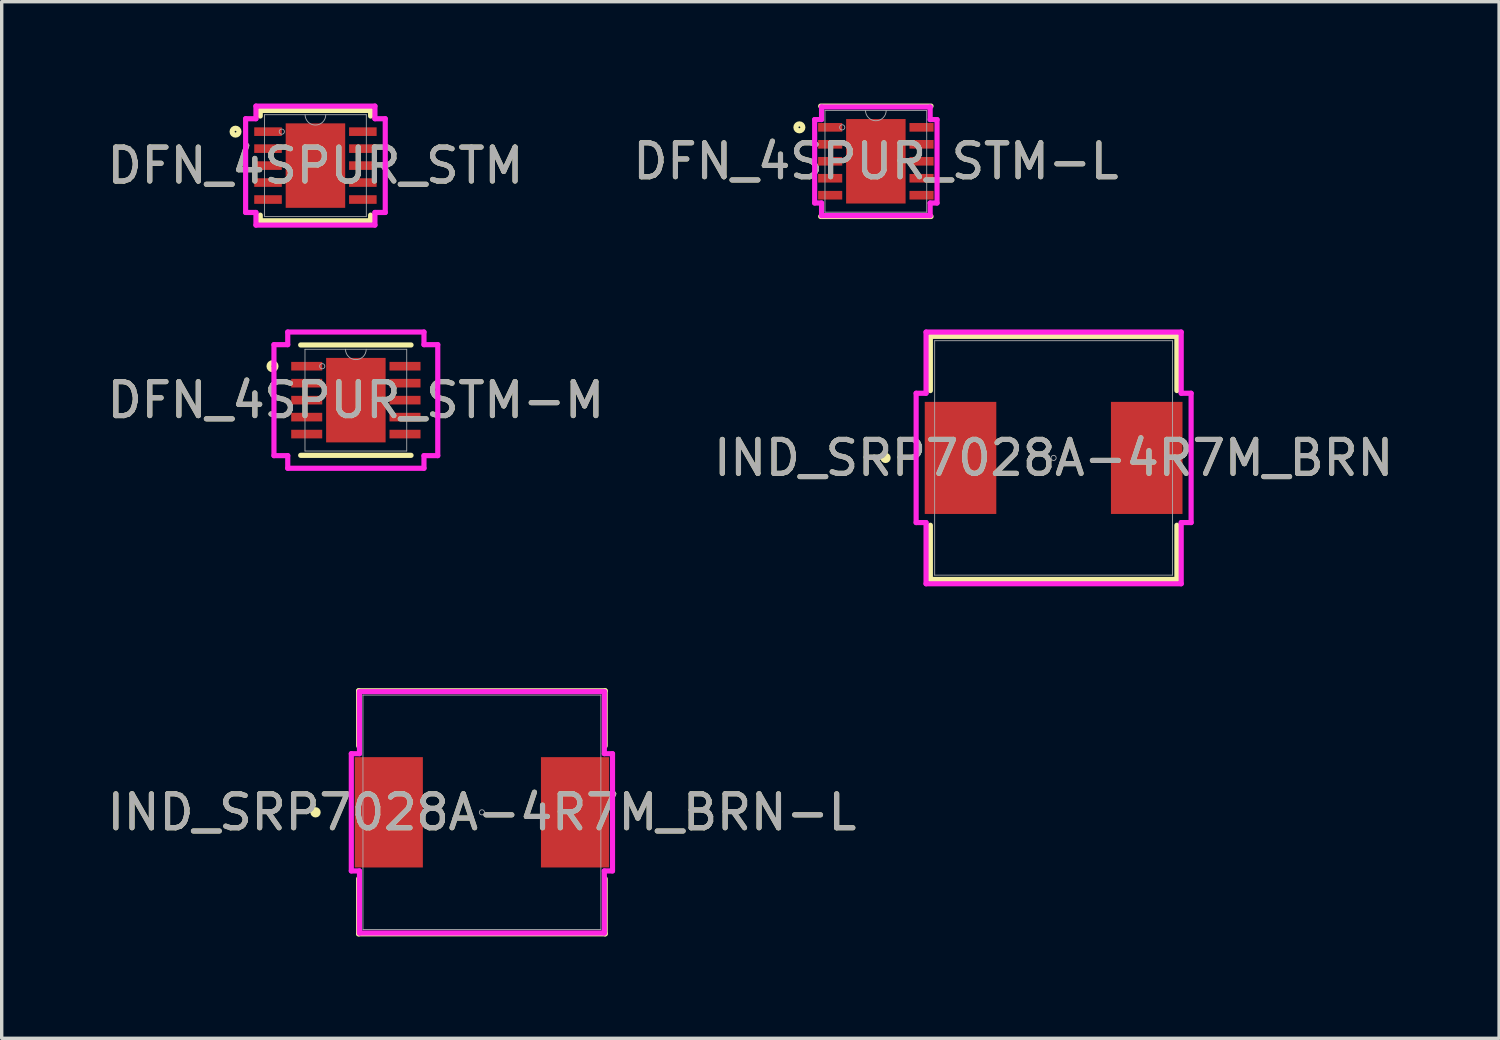
<source format=kicad_pcb>
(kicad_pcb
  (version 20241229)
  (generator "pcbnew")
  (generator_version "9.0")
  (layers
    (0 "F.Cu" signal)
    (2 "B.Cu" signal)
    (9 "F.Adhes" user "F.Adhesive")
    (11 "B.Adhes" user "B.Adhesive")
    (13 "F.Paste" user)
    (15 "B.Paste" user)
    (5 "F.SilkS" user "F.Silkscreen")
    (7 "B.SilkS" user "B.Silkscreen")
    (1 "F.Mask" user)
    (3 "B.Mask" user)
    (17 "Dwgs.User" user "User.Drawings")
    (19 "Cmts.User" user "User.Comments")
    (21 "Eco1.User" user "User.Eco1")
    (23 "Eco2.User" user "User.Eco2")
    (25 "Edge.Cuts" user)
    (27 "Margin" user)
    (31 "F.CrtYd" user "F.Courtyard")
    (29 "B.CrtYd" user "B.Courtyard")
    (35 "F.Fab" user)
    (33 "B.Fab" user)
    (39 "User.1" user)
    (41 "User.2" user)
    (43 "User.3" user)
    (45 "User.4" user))
  (footprint "IND_SRP7028A-4R7M_BRN"
    (layer "F.Cu")
    (at 27.994 10.442)
    (property "Reference" "IND_SRP7028A-4R7M_BRN" (at 0 0 0) (unlocked yes) (layer "F.SilkS") (effects (font (size 1 1) (thickness 0.15))))
    (attr smd)
    (fp_line (start -3.632 -3.581) (end -3.632 -1.984) (stroke (width 0.152) (type solid)) (layer "F.SilkS"))
    (fp_line (start -3.632 1.984) (end -3.632 3.581) (stroke (width 0.152) (type solid)) (layer "F.SilkS"))
    (fp_line (start -3.632 3.581) (end 3.632 3.581) (stroke (width 0.152) (type solid)) (layer "F.SilkS"))
    (fp_line (start 3.632 -3.581) (end -3.632 -3.581) (stroke (width 0.152) (type solid)) (layer "F.SilkS"))
    (fp_line (start 3.632 -1.984) (end 3.632 -3.581) (stroke (width 0.152) (type solid)) (layer "F.SilkS"))
    (fp_line (start 3.632 3.581) (end 3.632 1.984) (stroke (width 0.152) (type solid)) (layer "F.SilkS"))
    (fp_circle (center -4.953 0) (end -4.877 0) (stroke (width 0.152) (type solid)) (fill no) (layer "F.SilkS"))
    (fp_line (start -4.051 -1.905) (end -3.759 -1.905) (stroke (width 0.152) (type solid)) (layer "F.CrtYd"))
    (fp_line (start -4.051 1.905) (end -4.051 -1.905) (stroke (width 0.152) (type solid)) (layer "F.CrtYd"))
    (fp_line (start -4.051 1.905) (end -3.759 1.905) (stroke (width 0.152) (type solid)) (layer "F.CrtYd"))
    (fp_line (start -3.759 -3.708) (end 3.759 -3.708) (stroke (width 0.152) (type solid)) (layer "F.CrtYd"))
    (fp_line (start -3.759 -1.905) (end -3.759 -3.708) (stroke (width 0.152) (type solid)) (layer "F.CrtYd"))
    (fp_line (start -3.759 3.708) (end -3.759 1.905) (stroke (width 0.152) (type solid)) (layer "F.CrtYd"))
    (fp_line (start 3.759 -3.708) (end 3.759 -1.905) (stroke (width 0.152) (type solid)) (layer "F.CrtYd"))
    (fp_line (start 3.759 1.905) (end 3.759 3.708) (stroke (width 0.152) (type solid)) (layer "F.CrtYd"))
    (fp_line (start 3.759 3.708) (end -3.759 3.708) (stroke (width 0.152) (type solid)) (layer "F.CrtYd"))
    (fp_line (start 4.051 -1.905) (end 3.759 -1.905) (stroke (width 0.152) (type solid)) (layer "F.CrtYd"))
    (fp_line (start 4.051 -1.905) (end 4.051 1.905) (stroke (width 0.152) (type solid)) (layer "F.CrtYd"))
    (fp_line (start 4.051 1.905) (end 3.759 1.905) (stroke (width 0.152) (type solid)) (layer "F.CrtYd"))
    (fp_line (start -3.505 -3.454) (end -3.505 3.454) (stroke (width 0.025) (type solid)) (layer "F.Fab"))
    (fp_line (start -3.505 3.454) (end 3.505 3.454) (stroke (width 0.025) (type solid)) (layer "F.Fab"))
    (fp_line (start 3.505 -3.454) (end -3.505 -3.454) (stroke (width 0.025) (type solid)) (layer "F.Fab"))
    (fp_line (start 3.505 3.454) (end 3.505 -3.454) (stroke (width 0.025) (type solid)) (layer "F.Fab"))
    (fp_circle (center 0 0) (end 0.076 0) (stroke (width 0.025) (type solid)) (fill no) (layer "F.Fab"))
    (fp_text user "${REFERENCE}" (at 0 0 0) (unlocked yes) (layer "F.Fab") (effects (font (size 1 1) (thickness 0.15))))
    (pad "1" smd rect (at -2.743 0) (size 2.108 3.302) (layers "F.Cu" "F.Mask" "F.Paste"))
    (pad "2" smd rect (at 2.743 0) (size 2.108 3.302) (layers "F.Cu" "F.Mask" "F.Paste")))
  (footprint "DFN_4SPUR_STM"
    (layer "F.Cu")
    (at 6.244 1.829)
    (property "Reference" "DFN_4SPUR_STM" (at 0 0 0) (unlocked yes) (layer "F.SilkS") (effects (font (size 1 1) (thickness 0.15))))
    (attr smd)
    (fp_line (start -1.626 -1.626) (end -1.626 -1.46) (stroke (width 0.152) (type solid)) (layer "F.SilkS"))
    (fp_line (start -1.626 1.46) (end -1.626 1.626) (stroke (width 0.152) (type solid)) (layer "F.SilkS"))
    (fp_line (start -1.626 1.626) (end 1.626 1.626) (stroke (width 0.152) (type solid)) (layer "F.SilkS"))
    (fp_line (start 1.626 -1.626) (end -1.626 -1.626) (stroke (width 0.152) (type solid)) (layer "F.SilkS"))
    (fp_line (start 1.626 -1.46) (end 1.626 -1.626) (stroke (width 0.152) (type solid)) (layer "F.SilkS"))
    (fp_line (start 1.626 1.626) (end 1.626 1.46) (stroke (width 0.152) (type solid)) (layer "F.SilkS"))
    (fp_circle (center -2.354 -1) (end -2.253 -1) (stroke (width 0.152) (type solid)) (fill no) (layer "F.SilkS"))
    (fp_line (start -2.057 -1.381) (end -1.753 -1.381) (stroke (width 0.152) (type solid)) (layer "F.CrtYd"))
    (fp_line (start -2.057 1.381) (end -2.057 -1.381) (stroke (width 0.152) (type solid)) (layer "F.CrtYd"))
    (fp_line (start -2.057 1.381) (end -1.753 1.381) (stroke (width 0.152) (type solid)) (layer "F.CrtYd"))
    (fp_line (start -1.753 -1.753) (end 1.753 -1.753) (stroke (width 0.152) (type solid)) (layer "F.CrtYd"))
    (fp_line (start -1.753 -1.381) (end -1.753 -1.753) (stroke (width 0.152) (type solid)) (layer "F.CrtYd"))
    (fp_line (start -1.753 1.753) (end -1.753 1.381) (stroke (width 0.152) (type solid)) (layer "F.CrtYd"))
    (fp_line (start 1.753 -1.753) (end 1.753 -1.381) (stroke (width 0.152) (type solid)) (layer "F.CrtYd"))
    (fp_line (start 1.753 1.381) (end 1.753 1.753) (stroke (width 0.152) (type solid)) (layer "F.CrtYd"))
    (fp_line (start 1.753 1.753) (end -1.753 1.753) (stroke (width 0.152) (type solid)) (layer "F.CrtYd"))
    (fp_line (start 2.057 -1.381) (end 1.753 -1.381) (stroke (width 0.152) (type solid)) (layer "F.CrtYd"))
    (fp_line (start 2.057 -1.381) (end 2.057 1.381) (stroke (width 0.152) (type solid)) (layer "F.CrtYd"))
    (fp_line (start 2.057 1.381) (end 1.753 1.381) (stroke (width 0.152) (type solid)) (layer "F.CrtYd"))
    (fp_line (start -1.499 -1.499) (end -1.499 1.499) (stroke (width 0.025) (type solid)) (layer "F.Fab"))
    (fp_line (start -1.499 1.499) (end 1.499 1.499) (stroke (width 0.025) (type solid)) (layer "F.Fab"))
    (fp_line (start 1.499 -1.499) (end -1.499 -1.499) (stroke (width 0.025) (type solid)) (layer "F.Fab"))
    (fp_line (start 1.499 1.499) (end 1.499 -1.499) (stroke (width 0.025) (type solid)) (layer "F.Fab"))
    (fp_arc (start 0.3048 -1.4986) (mid 0 -1.1938) (end -0.3048 -1.4986) (stroke (width 0.0254) (type solid)) (layer "F.Fab"))
    (fp_circle (center -0.991 -1) (end -0.914 -1) (stroke (width 0.025) (type solid)) (fill no) (layer "F.Fab"))
    (fp_text user "${REFERENCE}" (at 0 0 0) (unlocked yes) (layer "F.Fab") (effects (font (size 1 1) (thickness 0.15))))
    (pad "1" smd rect (at -1.397 -1) (size 0.813 0.254) (layers "F.Cu" "F.Mask" "F.Paste"))
    (pad "2" smd rect (at -1.397 -0.5) (size 0.813 0.254) (layers "F.Cu" "F.Mask" "F.Paste"))
    (pad "3" smd rect (at -1.397 0) (size 0.813 0.254) (layers "F.Cu" "F.Mask" "F.Paste"))
    (pad "4" smd rect (at -1.397 0.5) (size 0.813 0.254) (layers "F.Cu" "F.Mask" "F.Paste"))
    (pad "5" smd rect (at -1.397 1) (size 0.813 0.254) (layers "F.Cu" "F.Mask" "F.Paste"))
    (pad "6" smd rect (at 1.397 1) (size 0.813 0.254) (layers "F.Cu" "F.Mask" "F.Paste"))
    (pad "7" smd rect (at 1.397 0.5) (size 0.813 0.254) (layers "F.Cu" "F.Mask" "F.Paste"))
    (pad "8" smd rect (at 1.397 0) (size 0.813 0.254) (layers "F.Cu" "F.Mask" "F.Paste"))
    (pad "9" smd rect (at 1.397 -0.5) (size 0.813 0.254) (layers "F.Cu" "F.Mask" "F.Paste"))
    (pad "10" smd rect (at 1.397 -1) (size 0.813 0.254) (layers "F.Cu" "F.Mask" "F.Paste"))
    (pad "11" smd rect (at 0 0) (size 1.753 2.489) (layers "F.Cu" "F.Mask" "F.Paste")))
  (footprint "DFN_4SPUR_STM-M"
    (layer "F.Cu")
    (at 7.435 8.74)
    (property "Reference" "DFN_4SPUR_STM-M" (at 0 0 0) (unlocked yes) (layer "F.SilkS") (effects (font (size 1 1) (thickness 0.15))))
    (attr smd)
    (fp_line (start -1.626 1.626) (end 1.626 1.626) (stroke (width 0.152) (type solid)) (layer "F.SilkS"))
    (fp_line (start 1.626 -1.626) (end -1.626 -1.626) (stroke (width 0.152) (type solid)) (layer "F.SilkS"))
    (fp_circle (center -2.456 -1) (end -2.354 -1) (stroke (width 0.152) (type solid)) (fill no) (layer "F.SilkS"))
    (fp_line (start -2.413 -1.635) (end -2.007 -1.635) (stroke (width 0.152) (type solid)) (layer "F.CrtYd"))
    (fp_line (start -2.413 1.635) (end -2.413 -1.635) (stroke (width 0.152) (type solid)) (layer "F.CrtYd"))
    (fp_line (start -2.413 1.635) (end -2.007 1.635) (stroke (width 0.152) (type solid)) (layer "F.CrtYd"))
    (fp_line (start -2.007 -2.007) (end 2.007 -2.007) (stroke (width 0.152) (type solid)) (layer "F.CrtYd"))
    (fp_line (start -2.007 -1.635) (end -2.007 -2.007) (stroke (width 0.152) (type solid)) (layer "F.CrtYd"))
    (fp_line (start -2.007 2.007) (end -2.007 1.635) (stroke (width 0.152) (type solid)) (layer "F.CrtYd"))
    (fp_line (start 2.007 -2.007) (end 2.007 -1.635) (stroke (width 0.152) (type solid)) (layer "F.CrtYd"))
    (fp_line (start 2.007 1.635) (end 2.007 2.007) (stroke (width 0.152) (type solid)) (layer "F.CrtYd"))
    (fp_line (start 2.007 2.007) (end -2.007 2.007) (stroke (width 0.152) (type solid)) (layer "F.CrtYd"))
    (fp_line (start 2.413 -1.635) (end 2.007 -1.635) (stroke (width 0.152) (type solid)) (layer "F.CrtYd"))
    (fp_line (start 2.413 -1.635) (end 2.413 1.635) (stroke (width 0.152) (type solid)) (layer "F.CrtYd"))
    (fp_line (start 2.413 1.635) (end 2.007 1.635) (stroke (width 0.152) (type solid)) (layer "F.CrtYd"))
    (fp_line (start -1.499 -1.499) (end -1.499 1.499) (stroke (width 0.025) (type solid)) (layer "F.Fab"))
    (fp_line (start -1.499 1.499) (end 1.499 1.499) (stroke (width 0.025) (type solid)) (layer "F.Fab"))
    (fp_line (start 1.499 -1.499) (end -1.499 -1.499) (stroke (width 0.025) (type solid)) (layer "F.Fab"))
    (fp_line (start 1.499 1.499) (end 1.499 -1.499) (stroke (width 0.025) (type solid)) (layer "F.Fab"))
    (fp_arc (start 0.3048 -1.4986) (mid 0 -1.1938) (end -0.3048 -1.4986) (stroke (width 0.0254) (type solid)) (layer "F.Fab"))
    (fp_circle (center -0.991 -1) (end -0.914 -1) (stroke (width 0.025) (type solid)) (fill no) (layer "F.Fab"))
    (fp_text user "${REFERENCE}" (at 0 0 0) (unlocked yes) (layer "F.Fab") (effects (font (size 1 1) (thickness 0.15))))
    (pad "1" smd rect (at -1.448 -1) (size 0.914 0.254) (layers "F.Cu" "F.Mask" "F.Paste"))
    (pad "2" smd rect (at -1.448 -0.5) (size 0.914 0.254) (layers "F.Cu" "F.Mask" "F.Paste"))
    (pad "3" smd rect (at -1.448 0) (size 0.914 0.254) (layers "F.Cu" "F.Mask" "F.Paste"))
    (pad "4" smd rect (at -1.448 0.5) (size 0.914 0.254) (layers "F.Cu" "F.Mask" "F.Paste"))
    (pad "5" smd rect (at -1.448 1) (size 0.914 0.254) (layers "F.Cu" "F.Mask" "F.Paste"))
    (pad "6" smd rect (at 1.448 1) (size 0.914 0.254) (layers "F.Cu" "F.Mask" "F.Paste"))
    (pad "7" smd rect (at 1.448 0.5) (size 0.914 0.254) (layers "F.Cu" "F.Mask" "F.Paste"))
    (pad "8" smd rect (at 1.448 0) (size 0.914 0.254) (layers "F.Cu" "F.Mask" "F.Paste"))
    (pad "9" smd rect (at 1.448 -0.5) (size 0.914 0.254) (layers "F.Cu" "F.Mask" "F.Paste"))
    (pad "10" smd rect (at 1.448 -1) (size 0.914 0.254) (layers "F.Cu" "F.Mask" "F.Paste"))
    (pad "11" smd rect (at 0 0) (size 1.753 2.489) (layers "F.Cu" "F.Mask" "F.Paste")))
  (footprint "DFN_4SPUR_STM-L"
    (layer "F.Cu")
    (at 22.756 1.702)
    (property "Reference" "DFN_4SPUR_STM-L" (at 0 0 0) (unlocked yes) (layer "F.SilkS") (effects (font (size 1 1) (thickness 0.15))))
    (attr smd)
    (fp_line (start -1.626 1.626) (end 1.626 1.626) (stroke (width 0.152) (type solid)) (layer "F.SilkS"))
    (fp_line (start 1.626 -1.626) (end -1.626 -1.626) (stroke (width 0.152) (type solid)) (layer "F.SilkS"))
    (fp_circle (center -2.253 -1) (end -2.151 -1) (stroke (width 0.152) (type solid)) (fill no) (layer "F.SilkS"))
    (fp_line (start -1.803 -1.229) (end -1.6 -1.229) (stroke (width 0.152) (type solid)) (layer "F.CrtYd"))
    (fp_line (start -1.803 1.229) (end -1.803 -1.229) (stroke (width 0.152) (type solid)) (layer "F.CrtYd"))
    (fp_line (start -1.803 1.229) (end -1.6 1.229) (stroke (width 0.152) (type solid)) (layer "F.CrtYd"))
    (fp_line (start -1.6 -1.6) (end 1.6 -1.6) (stroke (width 0.152) (type solid)) (layer "F.CrtYd"))
    (fp_line (start -1.6 -1.229) (end -1.6 -1.6) (stroke (width 0.152) (type solid)) (layer "F.CrtYd"))
    (fp_line (start -1.6 1.6) (end -1.6 1.229) (stroke (width 0.152) (type solid)) (layer "F.CrtYd"))
    (fp_line (start 1.6 -1.6) (end 1.6 -1.229) (stroke (width 0.152) (type solid)) (layer "F.CrtYd"))
    (fp_line (start 1.6 1.229) (end 1.6 1.6) (stroke (width 0.152) (type solid)) (layer "F.CrtYd"))
    (fp_line (start 1.6 1.6) (end -1.6 1.6) (stroke (width 0.152) (type solid)) (layer "F.CrtYd"))
    (fp_line (start 1.803 -1.229) (end 1.6 -1.229) (stroke (width 0.152) (type solid)) (layer "F.CrtYd"))
    (fp_line (start 1.803 -1.229) (end 1.803 1.229) (stroke (width 0.152) (type solid)) (layer "F.CrtYd"))
    (fp_line (start 1.803 1.229) (end 1.6 1.229) (stroke (width 0.152) (type solid)) (layer "F.CrtYd"))
    (fp_line (start -1.499 -1.499) (end -1.499 1.499) (stroke (width 0.025) (type solid)) (layer "F.Fab"))
    (fp_line (start -1.499 1.499) (end 1.499 1.499) (stroke (width 0.025) (type solid)) (layer "F.Fab"))
    (fp_line (start 1.499 -1.499) (end -1.499 -1.499) (stroke (width 0.025) (type solid)) (layer "F.Fab"))
    (fp_line (start 1.499 1.499) (end 1.499 -1.499) (stroke (width 0.025) (type solid)) (layer "F.Fab"))
    (fp_arc (start 0.3048 -1.4986) (mid 0 -1.1938) (end -0.3048 -1.4986) (stroke (width 0.0254) (type solid)) (layer "F.Fab"))
    (fp_circle (center -0.991 -1) (end -0.914 -1) (stroke (width 0.025) (type solid)) (fill no) (layer "F.Fab"))
    (fp_text user "${REFERENCE}" (at 0 0 0) (unlocked yes) (layer "F.Fab") (effects (font (size 1 1) (thickness 0.15))))
    (pad "1" smd rect (at -1.346 -1) (size 0.711 0.254) (layers "F.Cu" "F.Mask" "F.Paste"))
    (pad "2" smd rect (at -1.346 -0.5) (size 0.711 0.254) (layers "F.Cu" "F.Mask" "F.Paste"))
    (pad "3" smd rect (at -1.346 0) (size 0.711 0.254) (layers "F.Cu" "F.Mask" "F.Paste"))
    (pad "4" smd rect (at -1.346 0.5) (size 0.711 0.254) (layers "F.Cu" "F.Mask" "F.Paste"))
    (pad "5" smd rect (at -1.346 1) (size 0.711 0.254) (layers "F.Cu" "F.Mask" "F.Paste"))
    (pad "6" smd rect (at 1.346 1) (size 0.711 0.254) (layers "F.Cu" "F.Mask" "F.Paste"))
    (pad "7" smd rect (at 1.346 0.5) (size 0.711 0.254) (layers "F.Cu" "F.Mask" "F.Paste"))
    (pad "8" smd rect (at 1.346 0) (size 0.711 0.254) (layers "F.Cu" "F.Mask" "F.Paste"))
    (pad "9" smd rect (at 1.346 -0.5) (size 0.711 0.254) (layers "F.Cu" "F.Mask" "F.Paste"))
    (pad "10" smd rect (at 1.346 -1) (size 0.711 0.254) (layers "F.Cu" "F.Mask" "F.Paste"))
    (pad "11" smd rect (at 0 0) (size 1.753 2.489) (layers "F.Cu" "F.Mask" "F.Paste")))
  (footprint "IND_SRP7028A-4R7M_BRN-L"
    (layer "F.Cu")
    (at 11.149 20.884)
    (property "Reference" "IND_SRP7028A-4R7M_BRN-L" (at 0 0 0) (unlocked yes) (layer "F.SilkS") (effects (font (size 1 1) (thickness 0.15))))
    (attr smd)
    (fp_line (start -3.632 -3.581) (end -3.632 -1.958) (stroke (width 0.152) (type solid)) (layer "F.SilkS"))
    (fp_line (start -3.632 1.958) (end -3.632 3.581) (stroke (width 0.152) (type solid)) (layer "F.SilkS"))
    (fp_line (start -3.632 3.581) (end 3.632 3.581) (stroke (width 0.152) (type solid)) (layer "F.SilkS"))
    (fp_line (start 3.632 -3.581) (end -3.632 -3.581) (stroke (width 0.152) (type solid)) (layer "F.SilkS"))
    (fp_line (start 3.632 -1.958) (end 3.632 -3.581) (stroke (width 0.152) (type solid)) (layer "F.SilkS"))
    (fp_line (start 3.632 3.581) (end 3.632 1.958) (stroke (width 0.152) (type solid)) (layer "F.SilkS"))
    (fp_circle (center -4.902 0) (end -4.826 0) (stroke (width 0.152) (type solid)) (fill no) (layer "F.SilkS"))
    (fp_line (start -3.848 -1.727) (end -3.607 -1.727) (stroke (width 0.152) (type solid)) (layer "F.CrtYd"))
    (fp_line (start -3.848 1.727) (end -3.848 -1.727) (stroke (width 0.152) (type solid)) (layer "F.CrtYd"))
    (fp_line (start -3.848 1.727) (end -3.607 1.727) (stroke (width 0.152) (type solid)) (layer "F.CrtYd"))
    (fp_line (start -3.607 -3.556) (end 3.607 -3.556) (stroke (width 0.152) (type solid)) (layer "F.CrtYd"))
    (fp_line (start -3.607 -1.727) (end -3.607 -3.556) (stroke (width 0.152) (type solid)) (layer "F.CrtYd"))
    (fp_line (start -3.607 3.556) (end -3.607 1.727) (stroke (width 0.152) (type solid)) (layer "F.CrtYd"))
    (fp_line (start 3.607 -3.556) (end 3.607 -1.727) (stroke (width 0.152) (type solid)) (layer "F.CrtYd"))
    (fp_line (start 3.607 1.727) (end 3.607 3.556) (stroke (width 0.152) (type solid)) (layer "F.CrtYd"))
    (fp_line (start 3.607 3.556) (end -3.607 3.556) (stroke (width 0.152) (type solid)) (layer "F.CrtYd"))
    (fp_line (start 3.848 -1.727) (end 3.607 -1.727) (stroke (width 0.152) (type solid)) (layer "F.CrtYd"))
    (fp_line (start 3.848 -1.727) (end 3.848 1.727) (stroke (width 0.152) (type solid)) (layer "F.CrtYd"))
    (fp_line (start 3.848 1.727) (end 3.607 1.727) (stroke (width 0.152) (type solid)) (layer "F.CrtYd"))
    (fp_line (start -3.505 -3.454) (end -3.505 3.454) (stroke (width 0.025) (type solid)) (layer "F.Fab"))
    (fp_line (start -3.505 3.454) (end 3.505 3.454) (stroke (width 0.025) (type solid)) (layer "F.Fab"))
    (fp_line (start 3.505 -3.454) (end -3.505 -3.454) (stroke (width 0.025) (type solid)) (layer "F.Fab"))
    (fp_line (start 3.505 3.454) (end 3.505 -3.454) (stroke (width 0.025) (type solid)) (layer "F.Fab"))
    (fp_circle (center 0 0) (end 0.076 0) (stroke (width 0.025) (type solid)) (fill no) (layer "F.Fab"))
    (fp_text user "${REFERENCE}" (at 0 0 0) (unlocked yes) (layer "F.Fab") (effects (font (size 1 1) (thickness 0.15))))
    (pad "1" smd rect (at -2.743 0) (size 2.007 3.251) (layers "F.Cu" "F.Mask" "F.Paste"))
    (pad "2" smd rect (at 2.743 0) (size 2.007 3.251) (layers "F.Cu" "F.Mask" "F.Paste")))
  (gr_rect
    (start -3 -3)
    (end 41.119 27.542)
    (stroke (width 0.1) (type default))
    (fill no)
    (layer "Edge.Cuts")))
</source>
